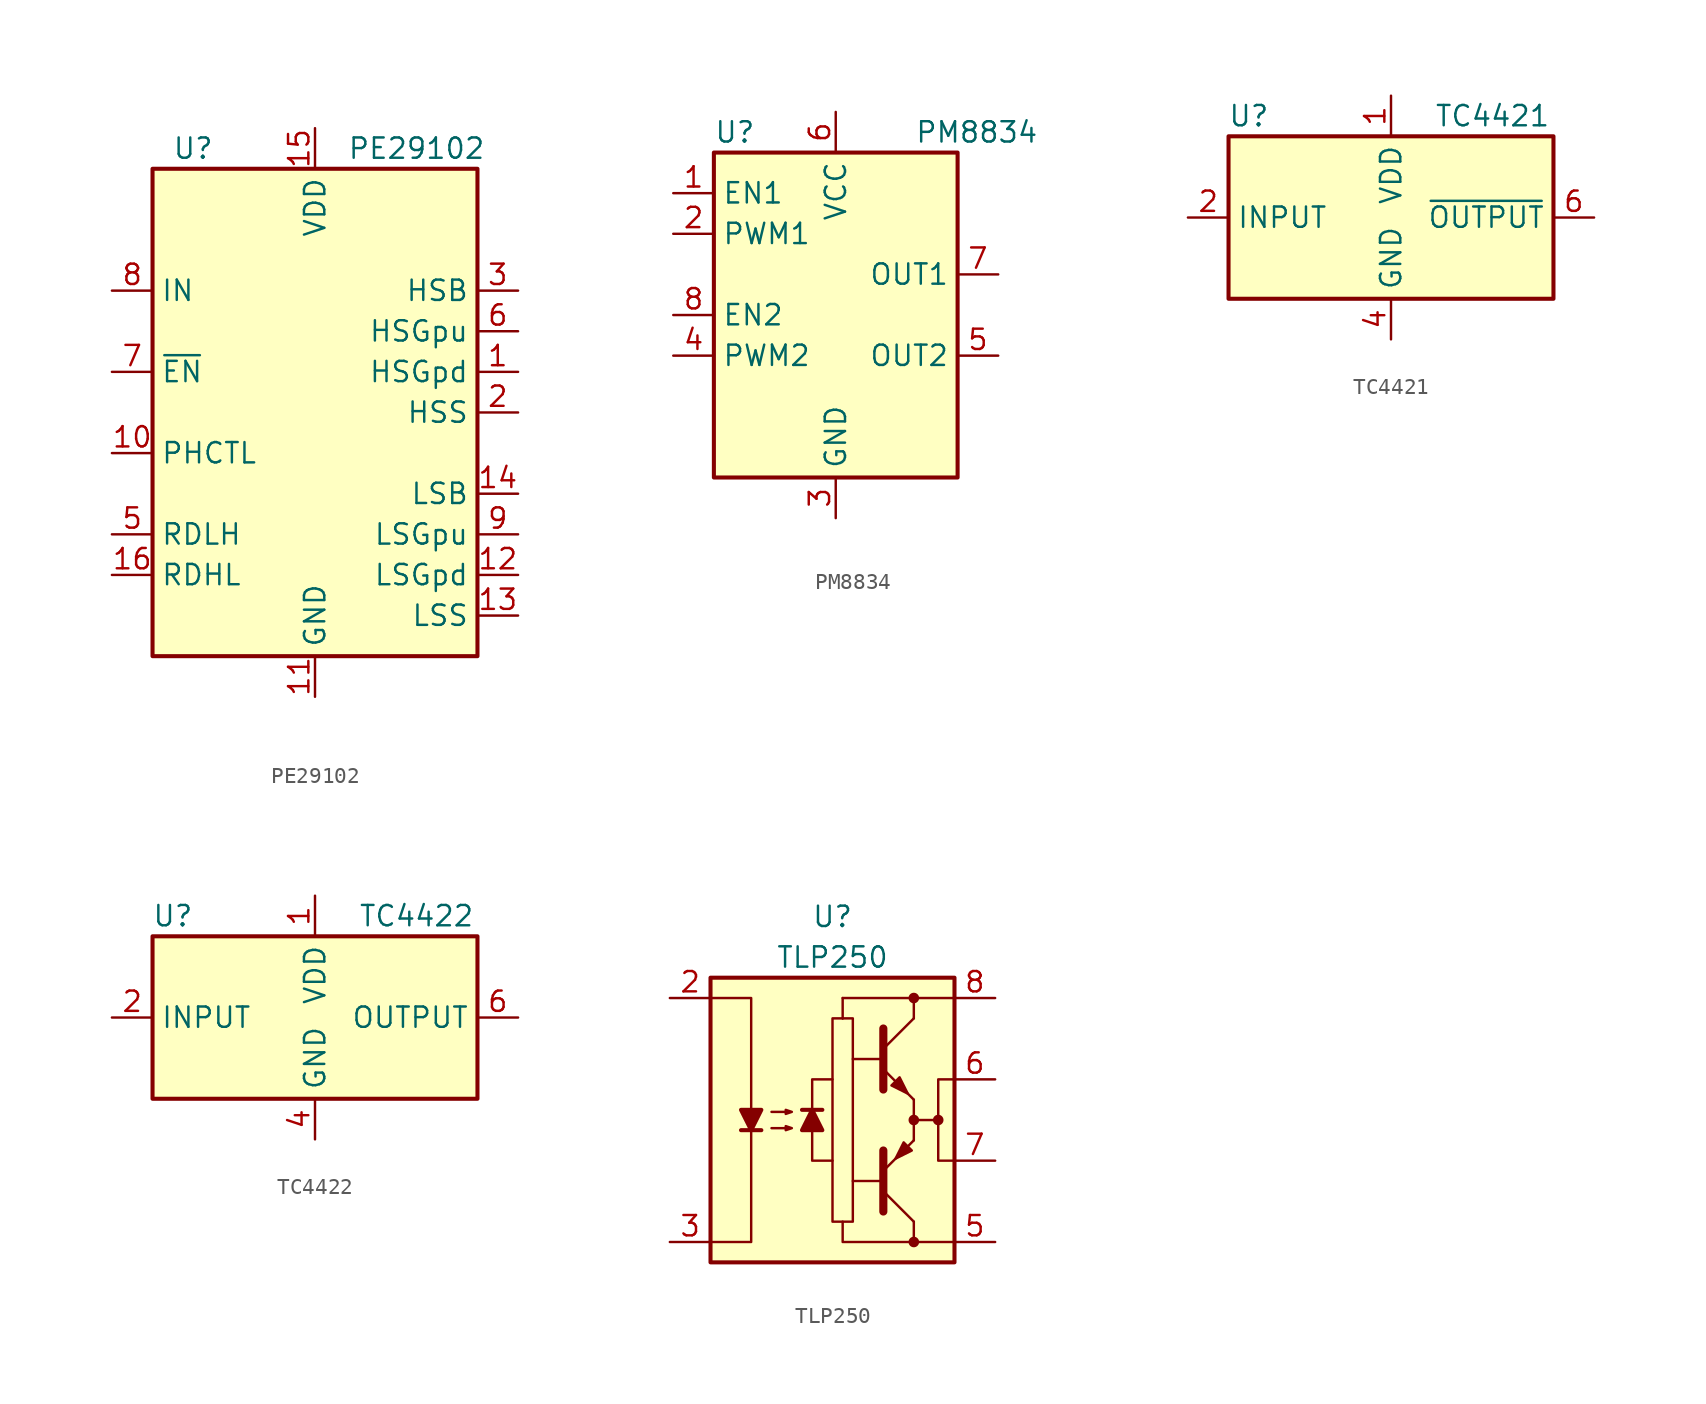
<source format=kicad_sym>
(kicad_symbol_lib
  (version 20201005)
  (generator kicad_symbol_editor)
  (symbol "Driver_FET:PE29102"
    (property "Reference" "U"
      (at -7.62 16.51 0)
      (effects (font (size 1.27 1.27))))
    (property "Value" "PE29102"
      (at 6.35 16.51 0)
      (effects (font (size 1.27 1.27))))
    (symbol "PE29102_0_1"
      (rectangle (start 10.16 15.24) (end -10.16 -15.24) (stroke (width 0.254)) (fill (type background))))
    (symbol "PE29102_1_1"
      (pin output line (at 12.7 2.54 180) (length 2.54) (name "HSGpd" (effects (font (size 1.27 1.27)))) (number "1" (effects (font (size 1.27 1.27)))))
      (pin input line (at -12.7 -2.54 0) (length 2.54) (name "PHCTL" (effects (font (size 1.27 1.27)))) (number "10" (effects (font (size 1.27 1.27)))))
      (pin power_in line (at 0 -17.78 90) (length 2.54) (name "GND" (effects (font (size 1.27 1.27)))) (number "11" (effects (font (size 1.27 1.27)))))
      (pin output line (at 12.7 -10.16 180) (length 2.54) (name "LSGpd" (effects (font (size 1.27 1.27)))) (number "12" (effects (font (size 1.27 1.27)))))
      (pin passive line (at 12.7 -12.7 180) (length 2.54) (name "LSS" (effects (font (size 1.27 1.27)))) (number "13" (effects (font (size 1.27 1.27)))))
      (pin input line (at 12.7 -5.08 180) (length 2.54) (name "LSB" (effects (font (size 1.27 1.27)))) (number "14" (effects (font (size 1.27 1.27)))))
      (pin power_in line (at 0 17.78 270) (length 2.54) (name "VDD" (effects (font (size 1.27 1.27)))) (number "15" (effects (font (size 1.27 1.27)))))
      (pin passive line (at -12.7 -10.16 0) (length 2.54) (name "RDHL" (effects (font (size 1.27 1.27)))) (number "16" (effects (font (size 1.27 1.27)))))
      (pin passive line (at 12.7 0 180) (length 2.54) (name "HSS" (effects (font (size 1.27 1.27)))) (number "2" (effects (font (size 1.27 1.27)))))
      (pin input line (at 12.7 7.62 180) (length 2.54) (name "HSB" (effects (font (size 1.27 1.27)))) (number "3" (effects (font (size 1.27 1.27)))))
      (pin no_connect line (at 10.16 12.7 180) (length 2.54) hide (name "NC" (effects (font (size 1.27 1.27)))) (number "4" (effects (font (size 1.27 1.27)))))
      (pin passive line (at -12.7 -7.62 0) (length 2.54) (name "RDLH" (effects (font (size 1.27 1.27)))) (number "5" (effects (font (size 1.27 1.27)))))
      (pin output line (at 12.7 5.08 180) (length 2.54) (name "HSGpu" (effects (font (size 1.27 1.27)))) (number "6" (effects (font (size 1.27 1.27)))))
      (pin input line (at -12.7 2.54 0) (length 2.54) (name "~EN" (effects (font (size 1.27 1.27)))) (number "7" (effects (font (size 1.27 1.27)))))
      (pin input line (at -12.7 7.62 0) (length 2.54) (name "IN" (effects (font (size 1.27 1.27)))) (number "8" (effects (font (size 1.27 1.27)))))
      (pin output line (at 12.7 -7.62 180) (length 2.54) (name "LSGpu" (effects (font (size 1.27 1.27)))) (number "9" (effects (font (size 1.27 1.27)))))))
  (symbol "Driver_FET:PM8834"
    (property "Reference" "U"
      (at -7.62 11.43 0)
      (effects (font (size 1.27 1.27)) (justify left)))
    (property "Value" "PM8834"
      (at 12.7 11.43 0)
      (effects (font (size 1.27 1.27)) (justify right)))
    (symbol "PM8834_0_1"
      (rectangle (start -7.62 -10.16) (end 7.62 10.16) (stroke (width 0.254)) (fill (type background))))
    (symbol "PM8834_1_1"
      (pin input line (at -10.16 7.62 0) (length 2.54) (name "EN1" (effects (font (size 1.27 1.27)))) (number "1" (effects (font (size 1.27 1.27)))))
      (pin input line (at -10.16 5.08 0) (length 2.54) (name "PWM1" (effects (font (size 1.27 1.27)))) (number "2" (effects (font (size 1.27 1.27)))))
      (pin power_in line (at 0 -12.7 90) (length 2.54) (name "GND" (effects (font (size 1.27 1.27)))) (number "3" (effects (font (size 1.27 1.27)))))
      (pin input line (at -10.16 -2.54 0) (length 2.54) (name "PWM2" (effects (font (size 1.27 1.27)))) (number "4" (effects (font (size 1.27 1.27)))))
      (pin output line (at 10.16 -2.54 180) (length 2.54) (name "OUT2" (effects (font (size 1.27 1.27)))) (number "5" (effects (font (size 1.27 1.27)))))
      (pin power_in line (at 0 12.7 270) (length 2.54) (name "VCC" (effects (font (size 1.27 1.27)))) (number "6" (effects (font (size 1.27 1.27)))))
      (pin output line (at 10.16 2.54 180) (length 2.54) (name "OUT1" (effects (font (size 1.27 1.27)))) (number "7" (effects (font (size 1.27 1.27)))))
      (pin input line (at -10.16 0 0) (length 2.54) (name "EN2" (effects (font (size 1.27 1.27)))) (number "8" (effects (font (size 1.27 1.27)))))))
  (symbol "Driver_FET:TC4421"
    (property "Reference" "U"
      (at -8.89 6.35 0)
      (effects (font (size 1.27 1.27))))
    (property "Value" "TC4421"
      (at 6.35 6.35 0)
      (effects (font (size 1.27 1.27))))
    (symbol "TC4421_0_1"
      (rectangle (start -10.16 5.08) (end 10.16 -5.08) (stroke (width 0.254)) (fill (type background))))
    (symbol "TC4421_1_1"
      (pin power_in line (at 0 7.62 270) (length 2.54) (name "VDD" (effects (font (size 1.27 1.27)))) (number "1" (effects (font (size 1.27 1.27)))))
      (pin input line (at -12.7 0 0) (length 2.54) (name "INPUT" (effects (font (size 1.27 1.27)))) (number "2" (effects (font (size 1.27 1.27)))))
      (pin no_connect line (at -5.08 -5.08 90) (length 2.54) hide (name "NC" (effects (font (size 1.27 1.27)))) (number "3" (effects (font (size 1.27 1.27)))))
      (pin power_in line (at 0 -7.62 90) (length 2.54) (name "GND" (effects (font (size 1.27 1.27)))) (number "4" (effects (font (size 1.27 1.27)))))
      (pin passive line (at 0 -7.62 90) (length 2.54) hide (name "GND" (effects (font (size 1.27 1.27)))) (number "5" (effects (font (size 1.27 1.27)))))
      (pin output line (at 12.7 0 180) (length 2.54) (name "~OUTPUT" (effects (font (size 1.27 1.27)))) (number "6" (effects (font (size 1.27 1.27)))))
      (pin passive line (at 12.7 0 180) (length 2.54) hide (name "~OUTPUT" (effects (font (size 1.27 1.27)))) (number "7" (effects (font (size 1.27 1.27)))))
      (pin passive line (at 0 7.62 270) (length 2.54) hide (name "VDD" (effects (font (size 1.27 1.27)))) (number "8" (effects (font (size 1.27 1.27)))))))
  (symbol "Driver_FET:TC4422"
    (property "Reference" "U"
      (at -8.89 6.35 0)
      (effects (font (size 1.27 1.27))))
    (property "Value" "TC4422"
      (at 6.35 6.35 0)
      (effects (font (size 1.27 1.27))))
    (symbol "TC4422_0_1"
      (rectangle (start -10.16 5.08) (end 10.16 -5.08) (stroke (width 0.254)) (fill (type background))))
    (symbol "TC4422_1_1"
      (pin power_in line (at 0 7.62 270) (length 2.54) (name "VDD" (effects (font (size 1.27 1.27)))) (number "1" (effects (font (size 1.27 1.27)))))
      (pin input line (at -12.7 0 0) (length 2.54) (name "INPUT" (effects (font (size 1.27 1.27)))) (number "2" (effects (font (size 1.27 1.27)))))
      (pin no_connect line (at -5.08 -5.08 90) (length 2.54) hide (name "NC" (effects (font (size 1.27 1.27)))) (number "3" (effects (font (size 1.27 1.27)))))
      (pin power_in line (at 0 -7.62 90) (length 2.54) (name "GND" (effects (font (size 1.27 1.27)))) (number "4" (effects (font (size 1.27 1.27)))))
      (pin passive line (at 0 -7.62 90) (length 2.54) hide (name "GND" (effects (font (size 1.27 1.27)))) (number "5" (effects (font (size 1.27 1.27)))))
      (pin output line (at 12.7 0 180) (length 2.54) (name "OUTPUT" (effects (font (size 1.27 1.27)))) (number "6" (effects (font (size 1.27 1.27)))))
      (pin passive line (at 12.7 0 180) (length 2.54) hide (name "OUTPUT" (effects (font (size 1.27 1.27)))) (number "7" (effects (font (size 1.27 1.27)))))
      (pin passive line (at 0 7.62 270) (length 2.54) hide (name "VDD" (effects (font (size 1.27 1.27)))) (number "8" (effects (font (size 1.27 1.27)))))))
  (symbol "Driver_FET:TLP250"
    (pin_names hide)
    (property "Reference" "U"
      (at 0 12.7 0)
      (effects (font (size 1.27 1.27))))
    (property "Value" "TLP250"
      (at 0 10.16 0)
      (effects (font (size 1.27 1.27))))
    (symbol "TLP250_0_1"
      (circle (center 5.08 -7.62) (radius 0.254) (stroke (width 0)) (fill (type outline)))
      (circle (center 5.08 0) (radius 0.254) (stroke (width 0)) (fill (type outline)))
      (circle (center 5.08 7.62) (radius 0.254) (stroke (width 0)) (fill (type outline)))
      (circle (center 6.604 0) (radius 0.254) (stroke (width 0)) (fill (type outline)))
      (rectangle (start -7.62 8.89) (end 7.62 -8.89) (stroke (width 0.254)) (fill (type background)))
      (rectangle (start 0.635 6.35) (end 0.635 6.35) (stroke (width 0)) (fill (type none)))
      (rectangle (start 0.635 6.35) (end 0.635 7.62) (stroke (width 0)) (fill (type none)))
      (rectangle (start 5.08 1.27) (end 5.08 -1.27) (stroke (width 0)) (fill (type none)))
      (polyline (pts (xy -5.715 -0.635) (xy -4.445 -0.635)) (stroke (width 0.254)) (fill (type none)))
      (polyline (pts (xy -0.635 0.635) (xy -1.905 0.635)) (stroke (width 0.254)) (fill (type none)))
      (polyline (pts (xy 3.048 -3.81) (xy 1.27 -3.81)) (stroke (width 0)) (fill (type none)))
      (polyline (pts (xy 3.048 3.81) (xy 1.27 3.81)) (stroke (width 0)) (fill (type none)))
      (polyline (pts (xy 3.175 -4.445) (xy 5.08 -6.35)) (stroke (width 0)) (fill (type none)))
      (polyline (pts (xy 3.175 4.445) (xy 5.08 6.35)) (stroke (width 0)) (fill (type none)))
      (polyline (pts (xy 5.08 -6.35) (xy 5.08 -7.62)) (stroke (width 0)) (fill (type none)))
      (polyline (pts (xy 5.08 -1.27) (xy 3.175 -3.175)) (stroke (width 0)) (fill (type outline)))
      (polyline (pts (xy 5.08 0) (xy 6.604 0)) (stroke (width 0)) (fill (type none)))
      (polyline (pts (xy 5.08 1.27) (xy 3.175 3.175)) (stroke (width 0)) (fill (type outline)))
      (polyline (pts (xy 5.08 6.35) (xy 5.08 7.62)) (stroke (width 0)) (fill (type none)))
      (polyline (pts (xy 7.62 7.62) (xy 0.635 7.62)) (stroke (width 0)) (fill (type none)))
      (polyline (pts (xy -1.27 -0.635) (xy -1.27 -2.54) (xy 0 -2.54)) (stroke (width 0)) (fill (type none)))
      (polyline (pts (xy -1.27 0.635) (xy -1.27 2.54) (xy 0 2.54)) (stroke (width 0)) (fill (type none)))
      (polyline (pts (xy 0.635 -6.35) (xy 0.635 -7.62) (xy 7.62 -7.62)) (stroke (width 0)) (fill (type none)))
      (polyline (pts (xy 3.175 -5.715) (xy 3.175 -1.905) (xy 3.175 -1.905)) (stroke (width 0.508)) (fill (type none)))
      (polyline (pts (xy 3.175 5.715) (xy 3.175 1.905) (xy 3.175 1.905)) (stroke (width 0.508)) (fill (type none)))
      (polyline (pts (xy -7.62 7.62) (xy -5.08 7.62) (xy -5.08 -7.62) (xy -7.62 -7.62)) (stroke (width 0)) (fill (type none)))
      (polyline (pts (xy -5.08 -0.635) (xy -5.715 0.635) (xy -4.445 0.635) (xy -5.08 -0.635)) (stroke (width 0.254)) (fill (type outline)))
      (polyline (pts (xy -1.27 0.635) (xy -0.635 -0.635) (xy -1.905 -0.635) (xy -1.27 0.635)) (stroke (width 0.254)) (fill (type outline)))
      (polyline (pts (xy 7.62 2.54) (xy 6.604 2.54) (xy 6.604 -2.54) (xy 7.62 -2.54)) (stroke (width 0)) (fill (type none)))
      (polyline (pts (xy -3.81 -0.508) (xy -2.54 -0.508) (xy -2.921 -0.635) (xy -2.921 -0.381) (xy -2.54 -0.508)) (stroke (width 0)) (fill (type none)))
      (polyline (pts (xy -3.81 0.508) (xy -2.54 0.508) (xy -2.921 0.381) (xy -2.921 0.635) (xy -2.54 0.508)) (stroke (width 0)) (fill (type none)))
      (polyline (pts (xy 1.27 6.35) (xy 1.27 -6.35) (xy 0 -6.35) (xy 0 6.35) (xy 1.27 6.35)) (stroke (width 0)) (fill (type none)))
      (polyline (pts (xy 3.683 2.159) (xy 4.191 2.667) (xy 4.699 1.651) (xy 3.683 2.159) (xy 3.683 2.159)) (stroke (width 0)) (fill (type outline)))
      (polyline (pts (xy 4.953 -1.905) (xy 4.445 -1.397) (xy 3.937 -2.413) (xy 4.953 -1.905) (xy 4.953 -1.905)) (stroke (width 0)) (fill (type outline))))
    (symbol "TLP250_1_1"
      (pin no_connect line (at -7.62 2.54 0) (length 2.54) hide (name "NC" (effects (font (size 1.27 1.27)))) (number "1" (effects (font (size 1.27 1.27)))))
      (pin passive line (at -10.16 7.62 0) (length 2.54) (name "A" (effects (font (size 1.27 1.27)))) (number "2" (effects (font (size 1.27 1.27)))))
      (pin passive line (at -10.16 -7.62 0) (length 2.54) (name "C" (effects (font (size 1.27 1.27)))) (number "3" (effects (font (size 1.27 1.27)))))
      (pin no_connect line (at -7.62 -2.54 0) (length 2.54) hide (name "NC" (effects (font (size 1.27 1.27)))) (number "4" (effects (font (size 1.27 1.27)))))
      (pin power_in line (at 10.16 -7.62 180) (length 2.54) (name "VEE" (effects (font (size 1.27 1.27)))) (number "5" (effects (font (size 1.27 1.27)))))
      (pin output line (at 10.16 2.54 180) (length 2.54) (name "VO" (effects (font (size 1.27 1.27)))) (number "6" (effects (font (size 1.27 1.27)))))
      (pin output line (at 10.16 -2.54 180) (length 2.54) (name "VO" (effects (font (size 1.27 1.27)))) (number "7" (effects (font (size 1.27 1.27)))))
      (pin power_in line (at 10.16 7.62 180) (length 2.54) (name "VCC" (effects (font (size 1.27 1.27)))) (number "8" (effects (font (size 1.27 1.27))))))))
</source>
